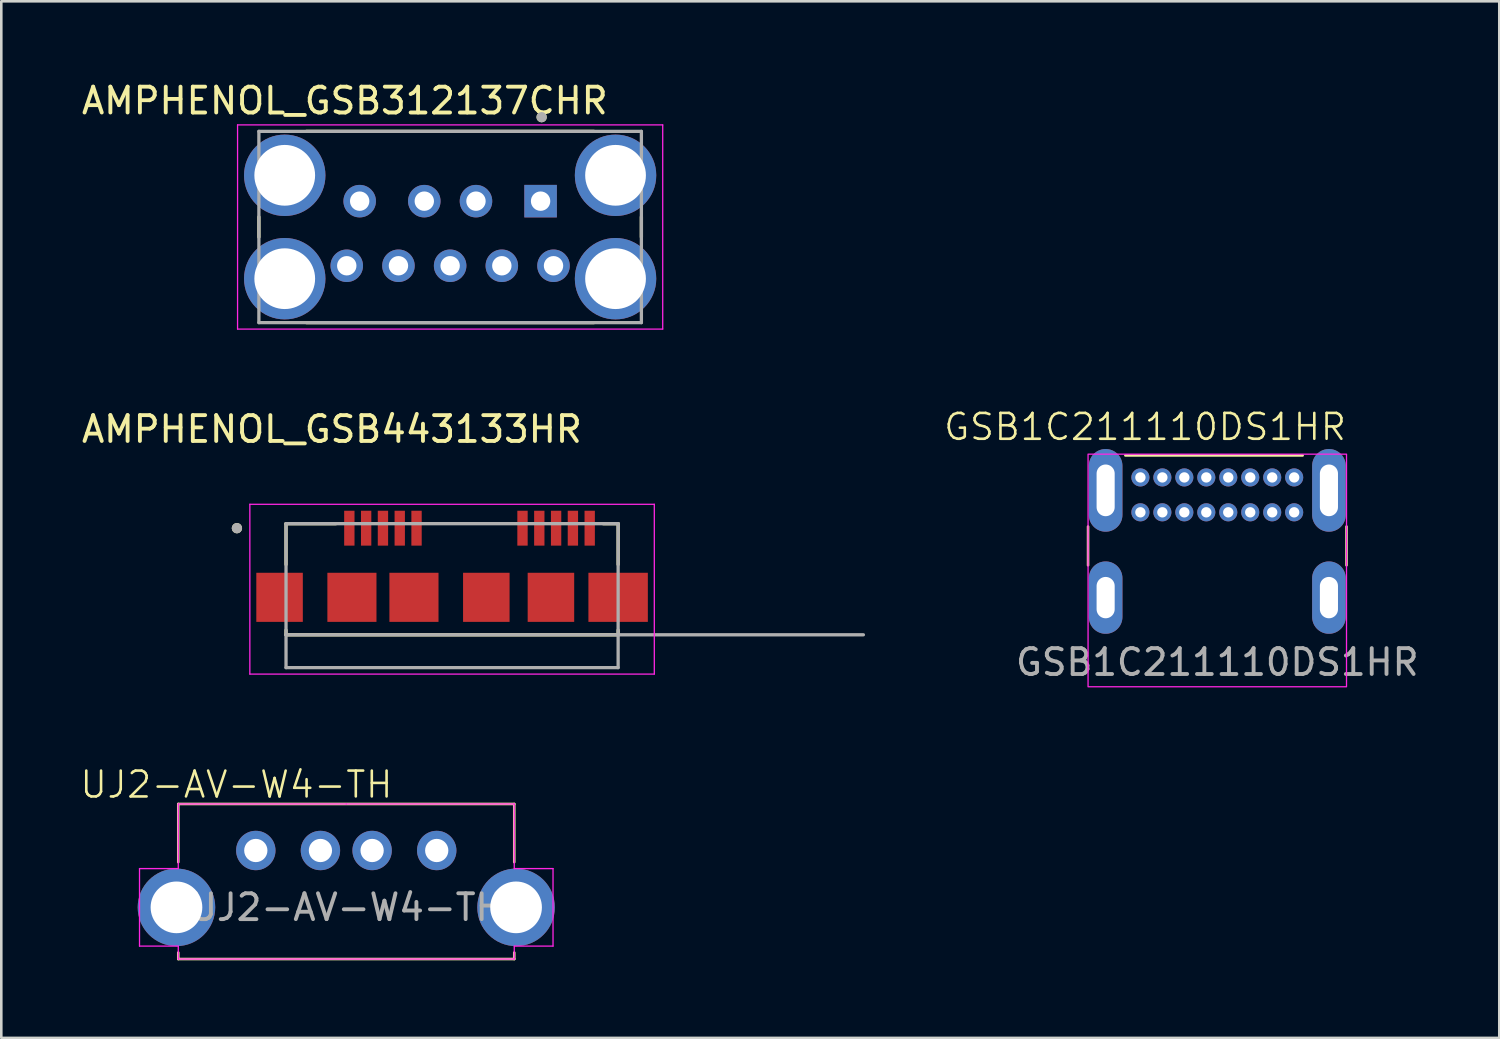
<source format=kicad_pcb>
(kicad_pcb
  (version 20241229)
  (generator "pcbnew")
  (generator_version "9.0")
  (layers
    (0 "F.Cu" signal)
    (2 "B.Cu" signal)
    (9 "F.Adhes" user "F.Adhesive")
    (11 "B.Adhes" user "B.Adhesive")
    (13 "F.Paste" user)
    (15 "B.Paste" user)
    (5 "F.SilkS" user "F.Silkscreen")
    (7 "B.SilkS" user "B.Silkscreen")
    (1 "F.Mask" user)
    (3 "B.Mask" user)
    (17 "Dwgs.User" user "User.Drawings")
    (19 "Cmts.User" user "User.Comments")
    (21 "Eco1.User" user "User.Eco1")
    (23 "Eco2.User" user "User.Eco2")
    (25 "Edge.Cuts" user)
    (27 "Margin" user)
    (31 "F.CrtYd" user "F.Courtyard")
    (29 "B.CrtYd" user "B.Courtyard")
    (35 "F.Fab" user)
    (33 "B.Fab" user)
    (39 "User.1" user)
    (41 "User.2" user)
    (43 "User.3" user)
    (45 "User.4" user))
  (footprint "GSB1C211110DS1HR"
    (layer "F.Cu")
    (at 44.05 20.073)
    (property "Reference" "GSB1C211110DS1HR" (at -2.794 -6.604 0) (unlocked yes) (layer "F.SilkS") (effects (font (size 1 1) (thickness 0.1))))
    (attr through_hole)
    (fp_line (start -5 -1.25) (end -5 -2.75) (stroke (width 0.1) (type default)) (layer "F.SilkS"))
    (fp_line (start 3.302 -5.5) (end -3.556 -5.5) (stroke (width 0.1) (type default)) (layer "F.SilkS"))
    (fp_line (start 5 -1.25) (end 5 -2.75) (stroke (width 0.1) (type default)) (layer "F.SilkS"))
    (fp_rect (start -5 -5.55) (end 5 3.45) (stroke (width 0.05) (type default)) (fill no) (layer "F.CrtYd"))
    (fp_line (start -4.3 3) (end 4.3 3) (stroke (width 0.1) (type default)) (layer "User.1"))
    (fp_text user "${REFERENCE}" (at 0 2.5 0) (unlocked yes) (layer "F.Fab") (effects (font (size 1 1) (thickness 0.15))))
    (pad "A1" thru_hole circle (at -2.975 -4.65) (size 0.7 0.7) (drill 0.4) (layers "*.Cu" "*.Mask"))
    (pad "A4" thru_hole circle (at -2.125 -4.65) (size 0.7 0.7) (drill 0.4) (layers "*.Cu" "*.Mask"))
    (pad "A5" thru_hole circle (at -1.275 -4.65) (size 0.7 0.7) (drill 0.4) (layers "*.Cu" "*.Mask"))
    (pad "A6" thru_hole circle (at -0.425 -4.65) (size 0.7 0.7) (drill 0.4) (layers "*.Cu" "*.Mask"))
    (pad "A7" thru_hole circle (at 0.425 -4.65) (size 0.7 0.7) (drill 0.4) (layers "*.Cu" "*.Mask"))
    (pad "A8" thru_hole circle (at 1.275 -4.65) (size 0.7 0.7) (drill 0.4) (layers "*.Cu" "*.Mask"))
    (pad "A9" thru_hole circle (at 2.125 -4.65) (size 0.7 0.7) (drill 0.4) (layers "*.Cu" "*.Mask"))
    (pad "A12" thru_hole circle (at 2.975 -4.65) (size 0.7 0.7) (drill 0.4) (layers "*.Cu" "*.Mask"))
    (pad "B1" thru_hole circle (at 2.975 -3.3) (size 0.7 0.7) (drill 0.4) (layers "*.Cu" "*.Mask"))
    (pad "B4" thru_hole circle (at 2.125 -3.3) (size 0.7 0.7) (drill 0.4) (layers "*.Cu" "*.Mask"))
    (pad "B5" thru_hole circle (at 1.275 -3.3) (size 0.7 0.7) (drill 0.4) (layers "*.Cu" "*.Mask"))
    (pad "B6" thru_hole circle (at 0.425 -3.3) (size 0.7 0.7) (drill 0.4) (layers "*.Cu" "*.Mask"))
    (pad "B7" thru_hole circle (at -0.425 -3.3) (size 0.7 0.7) (drill 0.4) (layers "*.Cu" "*.Mask"))
    (pad "B8" thru_hole circle (at -1.275 -3.3) (size 0.7 0.7) (drill 0.4) (layers "*.Cu" "*.Mask"))
    (pad "B9" thru_hole circle (at -2.125 -3.3) (size 0.7 0.7) (drill 0.4) (layers "*.Cu" "*.Mask"))
    (pad "B12" thru_hole circle (at -2.975 -3.3) (size 0.7 0.7) (drill 0.4) (layers "*.Cu" "*.Mask"))
    (pad "S1" thru_hole oval (at -4.32 -4.15) (size 1.3 3.2) (drill oval 0.7 2) (layers "*.Cu" "*.Mask"))
    (pad "S1" thru_hole oval (at -4.32 0) (size 1.3 2.8) (drill oval 0.7 1.6) (layers "*.Cu" "*.Mask"))
    (pad "S1" thru_hole oval (at 4.32 -4.15) (size 1.3 3.2) (drill oval 0.7 2) (layers "*.Cu" "*.Mask"))
    (pad "S1" thru_hole oval (at 4.32 0) (size 1.3 2.8) (drill oval 0.7 1.6) (layers "*.Cu" "*.Mask")))
  (footprint "UJ2-AV-W4-TH"
    (layer "F.Cu")
    (at 10.348 32.058)
    (property "Reference" "UJ2-AV-W4-TH" (at -4.25 -4.75 0) (unlocked yes) (layer "F.SilkS") (effects (font (size 1 1) (thickness 0.1))))
    (attr through_hole)
    (fp_line (start -6.5 -4) (end -6.5 -1.75) (stroke (width 0.1) (type default)) (layer "F.SilkS"))
    (fp_line (start -6.5 2) (end -6.5 1.75) (stroke (width 0.1) (type default)) (layer "F.SilkS"))
    (fp_line (start -6.5 2) (end 6.5 2) (stroke (width 0.1) (type default)) (layer "F.SilkS"))
    (fp_line (start 6.5 -4) (end -6.5 -4) (stroke (width 0.1) (type default)) (layer "F.SilkS"))
    (fp_line (start 6.5 -1.75) (end 6.5 -4) (stroke (width 0.1) (type default)) (layer "F.SilkS"))
    (fp_line (start 6.5 2) (end 6.5 1.75) (stroke (width 0.1) (type default)) (layer "F.SilkS"))
    (fp_line (start -8 -1.5) (end -8 1.5) (stroke (width 0.05) (type default)) (layer "F.CrtYd"))
    (fp_line (start -6.5 -4) (end -6.5 -1.5) (stroke (width 0.05) (type default)) (layer "F.CrtYd"))
    (fp_line (start -6.5 -1.5) (end -8 -1.5) (stroke (width 0.05) (type default)) (layer "F.CrtYd"))
    (fp_line (start -6.5 1.5) (end -8 1.5) (stroke (width 0.05) (type default)) (layer "F.CrtYd"))
    (fp_line (start -6.5 2) (end -6.5 1.5) (stroke (width 0.05) (type default)) (layer "F.CrtYd"))
    (fp_line (start -6.5 2) (end 6.5 2) (stroke (width 0.05) (type default)) (layer "F.CrtYd"))
    (fp_line (start 0 -4) (end -6.5 -4) (stroke (width 0.05) (type default)) (layer "F.CrtYd"))
    (fp_line (start 6.5 -4) (end 0 -4) (stroke (width 0.05) (type default)) (layer "F.CrtYd"))
    (fp_line (start 6.5 -1.5) (end 6.5 -4) (stroke (width 0.05) (type default)) (layer "F.CrtYd"))
    (fp_line (start 6.5 1.5) (end 6.5 2) (stroke (width 0.05) (type default)) (layer "F.CrtYd"))
    (fp_line (start 8 -1.5) (end 6.5 -1.5) (stroke (width 0.05) (type default)) (layer "F.CrtYd"))
    (fp_line (start 8 1.5) (end 6.5 1.5) (stroke (width 0.05) (type default)) (layer "F.CrtYd"))
    (fp_line (start 8 1.5) (end 8 -1.5) (stroke (width 0.05) (type default)) (layer "F.CrtYd"))
    (fp_text user "${REFERENCE}" (at 0 0 0) (unlocked yes) (layer "F.Fab") (effects (font (size 1 1) (thickness 0.15))))
    (pad "1" thru_hole circle (at -3.5 -2.2) (size 1.524 1.524) (drill 0.9) (layers "*.Cu" "*.Mask"))
    (pad "2" thru_hole circle (at -1 -2.2) (size 1.524 1.524) (drill 0.9) (layers "*.Cu" "*.Mask"))
    (pad "3" thru_hole circle (at 1 -2.2) (size 1.524 1.524) (drill 0.9) (layers "*.Cu" "*.Mask"))
    (pad "4" thru_hole circle (at 3.5 -2.2) (size 1.524 1.524) (drill 0.9) (layers "*.Cu" "*.Mask"))
    (pad "5" thru_hole circle (at -6.57 0) (size 3 3) (drill 2) (layers "*.Cu" "*.Mask"))
    (pad "5" thru_hole circle (at 6.57 0) (size 3 3) (drill 2) (layers "*.Cu" "*.Mask")))
  (footprint "AMPHENOL_GSB312137CHR"
    (layer "F.Cu")
    (at 14.367 5.733)
    (property "Reference" "AMPHENOL_GSB312137CHR" (at -4.075 -4.885 0) (layer "F.SilkS") (effects (font (size 1 1) (thickness 0.15))))
    (attr through_hole)
    (fp_line (start -7.4 -0.39) (end -7.4 0.39) (stroke (width 0.127) (type solid)) (layer "F.SilkS"))
    (fp_line (start 5.56 -3.7) (end -5.56 -3.7) (stroke (width 0.127) (type solid)) (layer "F.SilkS"))
    (fp_line (start 5.56 3.7) (end -5.56 3.7) (stroke (width 0.127) (type solid)) (layer "F.SilkS"))
    (fp_line (start 7.4 -0.39) (end 7.4 0.39) (stroke (width 0.127) (type solid)) (layer "F.SilkS"))
    (fp_circle (center 3.54 -4.25) (end 3.64 -4.25) (stroke (width 0.2) (type solid)) (fill no) (layer "F.SilkS"))
    (fp_line (start -8.225 -3.95) (end -8.225 3.95) (stroke (width 0.05) (type solid)) (layer "F.CrtYd"))
    (fp_line (start -8.225 3.95) (end 8.225 3.95) (stroke (width 0.05) (type solid)) (layer "F.CrtYd"))
    (fp_line (start 8.225 -3.95) (end -8.225 -3.95) (stroke (width 0.05) (type solid)) (layer "F.CrtYd"))
    (fp_line (start 8.225 3.95) (end 8.225 -3.95) (stroke (width 0.05) (type solid)) (layer "F.CrtYd"))
    (fp_line (start -7.4 -3.7) (end -7.4 3.7) (stroke (width 0.127) (type solid)) (layer "F.Fab"))
    (fp_line (start -7.4 3.7) (end 7.4 3.7) (stroke (width 0.127) (type solid)) (layer "F.Fab"))
    (fp_line (start 7.4 -3.7) (end -7.4 -3.7) (stroke (width 0.127) (type solid)) (layer "F.Fab"))
    (fp_line (start 7.4 3.7) (end 7.4 -3.7) (stroke (width 0.127) (type solid)) (layer "F.Fab"))
    (fp_circle (center 3.54 -4.25) (end 3.64 -4.25) (stroke (width 0.2) (type solid)) (fill no) (layer "F.Fab"))
    (pad "1" thru_hole rect (at 3.5 -1) (size 1.258 1.258) (drill 0.75) (layers "*.Cu" "*.Mask"))
    (pad "2" thru_hole circle (at 1 -1) (size 1.258 1.258) (drill 0.75) (layers "*.Cu" "*.Mask"))
    (pad "3" thru_hole circle (at -1 -1) (size 1.258 1.258) (drill 0.75) (layers "*.Cu" "*.Mask"))
    (pad "4" thru_hole circle (at -3.5 -1) (size 1.258 1.258) (drill 0.75) (layers "*.Cu" "*.Mask"))
    (pad "5" thru_hole circle (at -4 1.5) (size 1.258 1.258) (drill 0.75) (layers "*.Cu" "*.Mask"))
    (pad "6" thru_hole circle (at -2 1.5) (size 1.258 1.258) (drill 0.75) (layers "*.Cu" "*.Mask"))
    (pad "7" thru_hole circle (at 0 1.5) (size 1.258 1.258) (drill 0.75) (layers "*.Cu" "*.Mask"))
    (pad "8" thru_hole circle (at 2 1.5) (size 1.258 1.258) (drill 0.75) (layers "*.Cu" "*.Mask"))
    (pad "9" thru_hole circle (at 4 1.5) (size 1.258 1.258) (drill 0.75) (layers "*.Cu" "*.Mask"))
    (pad "10" thru_hole circle (at -6.4 -2) (size 3.15 3.15) (drill 2.35) (layers "*.Cu" "*.Mask"))
    (pad "10" thru_hole circle (at -6.4 2) (size 3.15 3.15) (drill 2.35) (layers "*.Cu" "*.Mask"))
    (pad "10" thru_hole circle (at 6.4 -2) (size 3.15 3.15) (drill 2.35) (layers "*.Cu" "*.Mask"))
    (pad "10" thru_hole circle (at 6.4 2) (size 3.15 3.15) (drill 2.35) (layers "*.Cu" "*.Mask"))
    (zone (net_name "") (layer "F.Cu") (hatch full 0.508) (connect_pads) (min_thickness 0.01) (filled_areas_thickness no) (keepout (tracks not_allowed) (vias not_allowed) (pads not_allowed) (copperpour not_allowed) (footprints allowed)) (placement (enabled no)) (fill) (polygon (pts (xy 8.667 5.144) (xy 8.667 6.322) (xy 8.668 6.323) (xy 8.679 6.328) (xy 8.689 6.333) (xy 8.7 6.339) (xy 8.71 6.344) (xy 8.721 6.35) (xy 8.731 6.356) (xy 8.742 6.362) (xy 8.752 6.368) (xy 8.762 6.374) (xy 8.773 6.38) (xy 8.783 6.386) (xy 8.793 6.392) (xy 8.803 6.398) (xy 8.813 6.405) (xy 8.823 6.411) (xy 8.833 6.418) (xy 8.843 6.424) (xy 8.853 6.431) (xy 8.863 6.438) (xy 8.873 6.444) (xy 8.882 6.451) (xy 8.892 6.458) (xy 8.902 6.465) (xy 8.911 6.472) (xy 8.921 6.48) (xy 8.93 6.487) (xy 8.94 6.494) (xy 8.949 6.502) (xy 8.967 6.516) (xy 8.967 4.95) (xy 8.949 4.964) (xy 8.94 4.972) (xy 8.93 4.979) (xy 8.921 4.986) (xy 8.911 4.994) (xy 8.902 5.001) (xy 8.892 5.008) (xy 8.882 5.015) (xy 8.873 5.022) (xy 8.863 5.028) (xy 8.853 5.035) (xy 8.843 5.042) (xy 8.833 5.048) (xy 8.823 5.055) (xy 8.813 5.061) (xy 8.803 5.068) (xy 8.793 5.074) (xy 8.783 5.08) (xy 8.773 5.086) (xy 8.762 5.092) (xy 8.752 5.098) (xy 8.742 5.104) (xy 8.731 5.11) (xy 8.721 5.116) (xy 8.71 5.122) (xy 8.7 5.127) (xy 8.689 5.133) (xy 8.679 5.138) (xy 8.668 5.143) (xy 8.667 5.144))))
    (zone (net_name "") (layer "F.Cu") (hatch full 0.508) (connect_pads) (min_thickness 0.01) (filled_areas_thickness no) (keepout (tracks not_allowed) (vias not_allowed) (pads not_allowed) (copperpour not_allowed) (footprints allowed)) (placement (enabled no)) (fill) (polygon (pts (xy 20.067 6.322) (xy 20.067 5.144) (xy 20.066 5.143) (xy 20.055 5.138) (xy 20.045 5.133) (xy 20.034 5.127) (xy 20.024 5.122) (xy 20.013 5.116) (xy 20.003 5.11) (xy 19.992 5.104) (xy 19.982 5.098) (xy 19.972 5.092) (xy 19.961 5.086) (xy 19.951 5.08) (xy 19.941 5.074) (xy 19.931 5.068) (xy 19.921 5.061) (xy 19.911 5.055) (xy 19.901 5.048) (xy 19.891 5.042) (xy 19.881 5.035) (xy 19.871 5.028) (xy 19.861 5.022) (xy 19.852 5.015) (xy 19.842 5.008) (xy 19.832 5.001) (xy 19.823 4.994) (xy 19.813 4.986) (xy 19.804 4.979) (xy 19.794 4.972) (xy 19.785 4.964) (xy 19.767 4.95) (xy 19.767 6.516) (xy 19.785 6.502) (xy 19.794 6.494) (xy 19.804 6.487) (xy 19.813 6.48) (xy 19.823 6.472) (xy 19.832 6.465) (xy 19.842 6.458) (xy 19.852 6.451) (xy 19.861 6.444) (xy 19.871 6.438) (xy 19.881 6.431) (xy 19.891 6.424) (xy 19.901 6.418) (xy 19.911 6.411) (xy 19.921 6.405) (xy 19.931 6.398) (xy 19.941 6.392) (xy 19.951 6.386) (xy 19.961 6.38) (xy 19.972 6.374) (xy 19.982 6.368) (xy 19.992 6.362) (xy 20.003 6.356) (xy 20.013 6.35) (xy 20.024 6.344) (xy 20.034 6.339) (xy 20.045 6.333) (xy 20.055 6.328) (xy 20.066 6.323) (xy 20.067 6.322))))
    (zone (net_name "") (layers "F.Cu" "B.Cu") (hatch full 0.508) (connect_pads) (min_thickness 0.01) (filled_areas_thickness no) (keepout (tracks allowed) (vias not_allowed) (pads allowed) (copperpour allowed) (footprints allowed)) (placement (enabled no)) (fill) (polygon (pts (xy 8.667 5.144) (xy 8.667 6.322) (xy 8.668 6.323) (xy 8.679 6.328) (xy 8.689 6.333) (xy 8.7 6.339) (xy 8.71 6.344) (xy 8.721 6.35) (xy 8.731 6.356) (xy 8.742 6.362) (xy 8.752 6.368) (xy 8.762 6.374) (xy 8.773 6.38) (xy 8.783 6.386) (xy 8.793 6.392) (xy 8.803 6.398) (xy 8.813 6.405) (xy 8.823 6.411) (xy 8.833 6.418) (xy 8.843 6.424) (xy 8.853 6.431) (xy 8.863 6.438) (xy 8.873 6.444) (xy 8.882 6.451) (xy 8.892 6.458) (xy 8.902 6.465) (xy 8.911 6.472) (xy 8.921 6.48) (xy 8.93 6.487) (xy 8.94 6.494) (xy 8.949 6.502) (xy 8.967 6.516) (xy 8.967 4.95) (xy 8.949 4.964) (xy 8.94 4.972) (xy 8.93 4.979) (xy 8.921 4.986) (xy 8.911 4.994) (xy 8.902 5.001) (xy 8.892 5.008) (xy 8.882 5.015) (xy 8.873 5.022) (xy 8.863 5.028) (xy 8.853 5.035) (xy 8.843 5.042) (xy 8.833 5.048) (xy 8.823 5.055) (xy 8.813 5.061) (xy 8.803 5.068) (xy 8.793 5.074) (xy 8.783 5.08) (xy 8.773 5.086) (xy 8.762 5.092) (xy 8.752 5.098) (xy 8.742 5.104) (xy 8.731 5.11) (xy 8.721 5.116) (xy 8.71 5.122) (xy 8.7 5.127) (xy 8.689 5.133) (xy 8.679 5.138) (xy 8.668 5.143) (xy 8.667 5.144))))
    (zone (net_name "") (layers "F.Cu" "B.Cu") (hatch full 0.508) (connect_pads) (min_thickness 0.01) (filled_areas_thickness no) (keepout (tracks allowed) (vias not_allowed) (pads allowed) (copperpour allowed) (footprints allowed)) (placement (enabled no)) (fill) (polygon (pts (xy 20.067 6.322) (xy 20.067 5.144) (xy 20.066 5.143) (xy 20.055 5.138) (xy 20.045 5.133) (xy 20.034 5.127) (xy 20.024 5.122) (xy 20.013 5.116) (xy 20.003 5.11) (xy 19.992 5.104) (xy 19.982 5.098) (xy 19.972 5.092) (xy 19.961 5.086) (xy 19.951 5.08) (xy 19.941 5.074) (xy 19.931 5.068) (xy 19.921 5.061) (xy 19.911 5.055) (xy 19.901 5.048) (xy 19.891 5.042) (xy 19.881 5.035) (xy 19.871 5.028) (xy 19.861 5.022) (xy 19.852 5.015) (xy 19.842 5.008) (xy 19.832 5.001) (xy 19.823 4.994) (xy 19.813 4.986) (xy 19.804 4.979) (xy 19.794 4.972) (xy 19.785 4.964) (xy 19.767 4.95) (xy 19.767 6.516) (xy 19.785 6.502) (xy 19.794 6.494) (xy 19.804 6.487) (xy 19.813 6.48) (xy 19.823 6.472) (xy 19.832 6.465) (xy 19.842 6.458) (xy 19.852 6.451) (xy 19.861 6.444) (xy 19.871 6.438) (xy 19.881 6.431) (xy 19.891 6.424) (xy 19.901 6.418) (xy 19.911 6.411) (xy 19.921 6.405) (xy 19.931 6.398) (xy 19.941 6.392) (xy 19.951 6.386) (xy 19.961 6.38) (xy 19.972 6.374) (xy 19.982 6.368) (xy 19.992 6.362) (xy 20.003 6.356) (xy 20.013 6.35) (xy 20.024 6.344) (xy 20.034 6.339) (xy 20.045 6.333) (xy 20.055 6.328) (xy 20.066 6.323) (xy 20.067 6.322)))))
  (footprint "AMPHENOL_GSB443133HR"
    (layer "F.Cu")
    (at 15.117 17.387)
    (property "Reference" "AMPHENOL_GSB443133HR" (at -5.325 -3.83 0) (layer "F.SilkS") (effects (font (size 1 1) (thickness 0.15))))
    (attr smd)
    (fp_line (start -7.1 -0.175) (end -5.17 -0.175) (stroke (width 0.127) (type solid)) (layer "F.SilkS"))
    (fp_line (start -7.1 1.405) (end -7.1 -0.175) (stroke (width 0.127) (type solid)) (layer "F.SilkS"))
    (fp_line (start -7.1 4.125) (end -7.1 3.945) (stroke (width 0.127) (type solid)) (layer "F.SilkS"))
    (fp_line (start -7.1 4.125) (end 5.75 4.125) (stroke (width 0.127) (type solid)) (layer "F.SilkS"))
    (fp_line (start 5.17 -0.175) (end 5.75 -0.175) (stroke (width 0.127) (type solid)) (layer "F.SilkS"))
    (fp_line (start 5.75 -0.175) (end 5.75 1.405) (stroke (width 0.127) (type solid)) (layer "F.SilkS"))
    (fp_line (start 5.75 4.125) (end 5.75 3.945) (stroke (width 0.127) (type solid)) (layer "F.SilkS"))
    (fp_circle (center -9 0) (end -8.9 0) (stroke (width 0.2) (type solid)) (fill no) (layer "F.SilkS"))
    (fp_line (start -8.5 -0.925) (end -8.5 5.645) (stroke (width 0.05) (type solid)) (layer "F.CrtYd"))
    (fp_line (start -8.5 5.645) (end 7.15 5.645) (stroke (width 0.05) (type solid)) (layer "F.CrtYd"))
    (fp_line (start 7.15 -0.925) (end -8.5 -0.925) (stroke (width 0.05) (type solid)) (layer "F.CrtYd"))
    (fp_line (start 7.15 5.645) (end 7.15 -0.925) (stroke (width 0.05) (type solid)) (layer "F.CrtYd"))
    (fp_line (start -7.1 -0.175) (end 5.75 -0.175) (stroke (width 0.127) (type solid)) (layer "F.Fab"))
    (fp_line (start -7.1 4.125) (end -7.1 -0.175) (stroke (width 0.127) (type solid)) (layer "F.Fab"))
    (fp_line (start -7.1 4.125) (end 15.24 4.125) (stroke (width 0.127) (type solid)) (layer "F.Fab"))
    (fp_line (start -7.1 5.395) (end -7.1 4.125) (stroke (width 0.127) (type solid)) (layer "F.Fab"))
    (fp_line (start 5.75 -0.175) (end 5.75 5.395) (stroke (width 0.127) (type solid)) (layer "F.Fab"))
    (fp_line (start 5.75 5.395) (end -7.1 5.395) (stroke (width 0.127) (type solid)) (layer "F.Fab"))
    (fp_circle (center -9 0) (end -8.9 0) (stroke (width 0.2) (type solid)) (fill no) (layer "F.Fab"))
    (fp_text user "PCB Edge" (at 7.62 3.81 0) (layer "User.1") (effects (font (size 1 1) (thickness 0.15))))
    (pad "1" smd rect (at -4.65 0) (size 0.4 1.35) (layers "F.Cu" "F.Mask" "F.Paste"))
    (pad "2" smd rect (at -4 0) (size 0.4 1.35) (layers "F.Cu" "F.Mask" "F.Paste"))
    (pad "3" smd rect (at -3.35 0) (size 0.4 1.35) (layers "F.Cu" "F.Mask" "F.Paste"))
    (pad "4" smd rect (at -2.7 0) (size 0.4 1.35) (layers "F.Cu" "F.Mask" "F.Paste"))
    (pad "5" smd rect (at -2.05 0) (size 0.4 1.35) (layers "F.Cu" "F.Mask" "F.Paste"))
    (pad "6" smd rect (at 2.05 0) (size 0.4 1.35) (layers "F.Cu" "F.Mask" "F.Paste"))
    (pad "7" smd rect (at 2.7 0) (size 0.4 1.35) (layers "F.Cu" "F.Mask" "F.Paste"))
    (pad "8" smd rect (at 3.35 0) (size 0.4 1.35) (layers "F.Cu" "F.Mask" "F.Paste"))
    (pad "9" smd rect (at 4 0) (size 0.4 1.35) (layers "F.Cu" "F.Mask" "F.Paste"))
    (pad "10" smd rect (at 4.65 0) (size 0.4 1.35) (layers "F.Cu" "F.Mask" "F.Paste"))
    (pad "11" smd rect (at -7.35 2.675) (size 1.8 1.9) (layers "F.Cu" "F.Mask" "F.Paste"))
    (pad "11" smd rect (at -4.55 2.675) (size 1.9 1.9) (layers "F.Cu" "F.Mask" "F.Paste"))
    (pad "11" smd rect (at -2.15 2.675) (size 1.9 1.9) (layers "F.Cu" "F.Mask" "F.Paste"))
    (pad "11" smd rect (at 0.65 2.675) (size 1.8 1.9) (layers "F.Cu" "F.Mask" "F.Paste"))
    (pad "11" smd rect (at 3.15 2.675) (size 1.8 1.9) (layers "F.Cu" "F.Mask" "F.Paste"))
    (pad "11" smd rect (at 5.75 2.675) (size 2.3 1.9) (layers "F.Cu" "F.Mask" "F.Paste")))
  (gr_rect
    (start -3 -3)
    (end 54.961 37.108)
    (stroke (width 0.1) (type default))
    (fill no)
    (layer "Edge.Cuts")))
</source>
